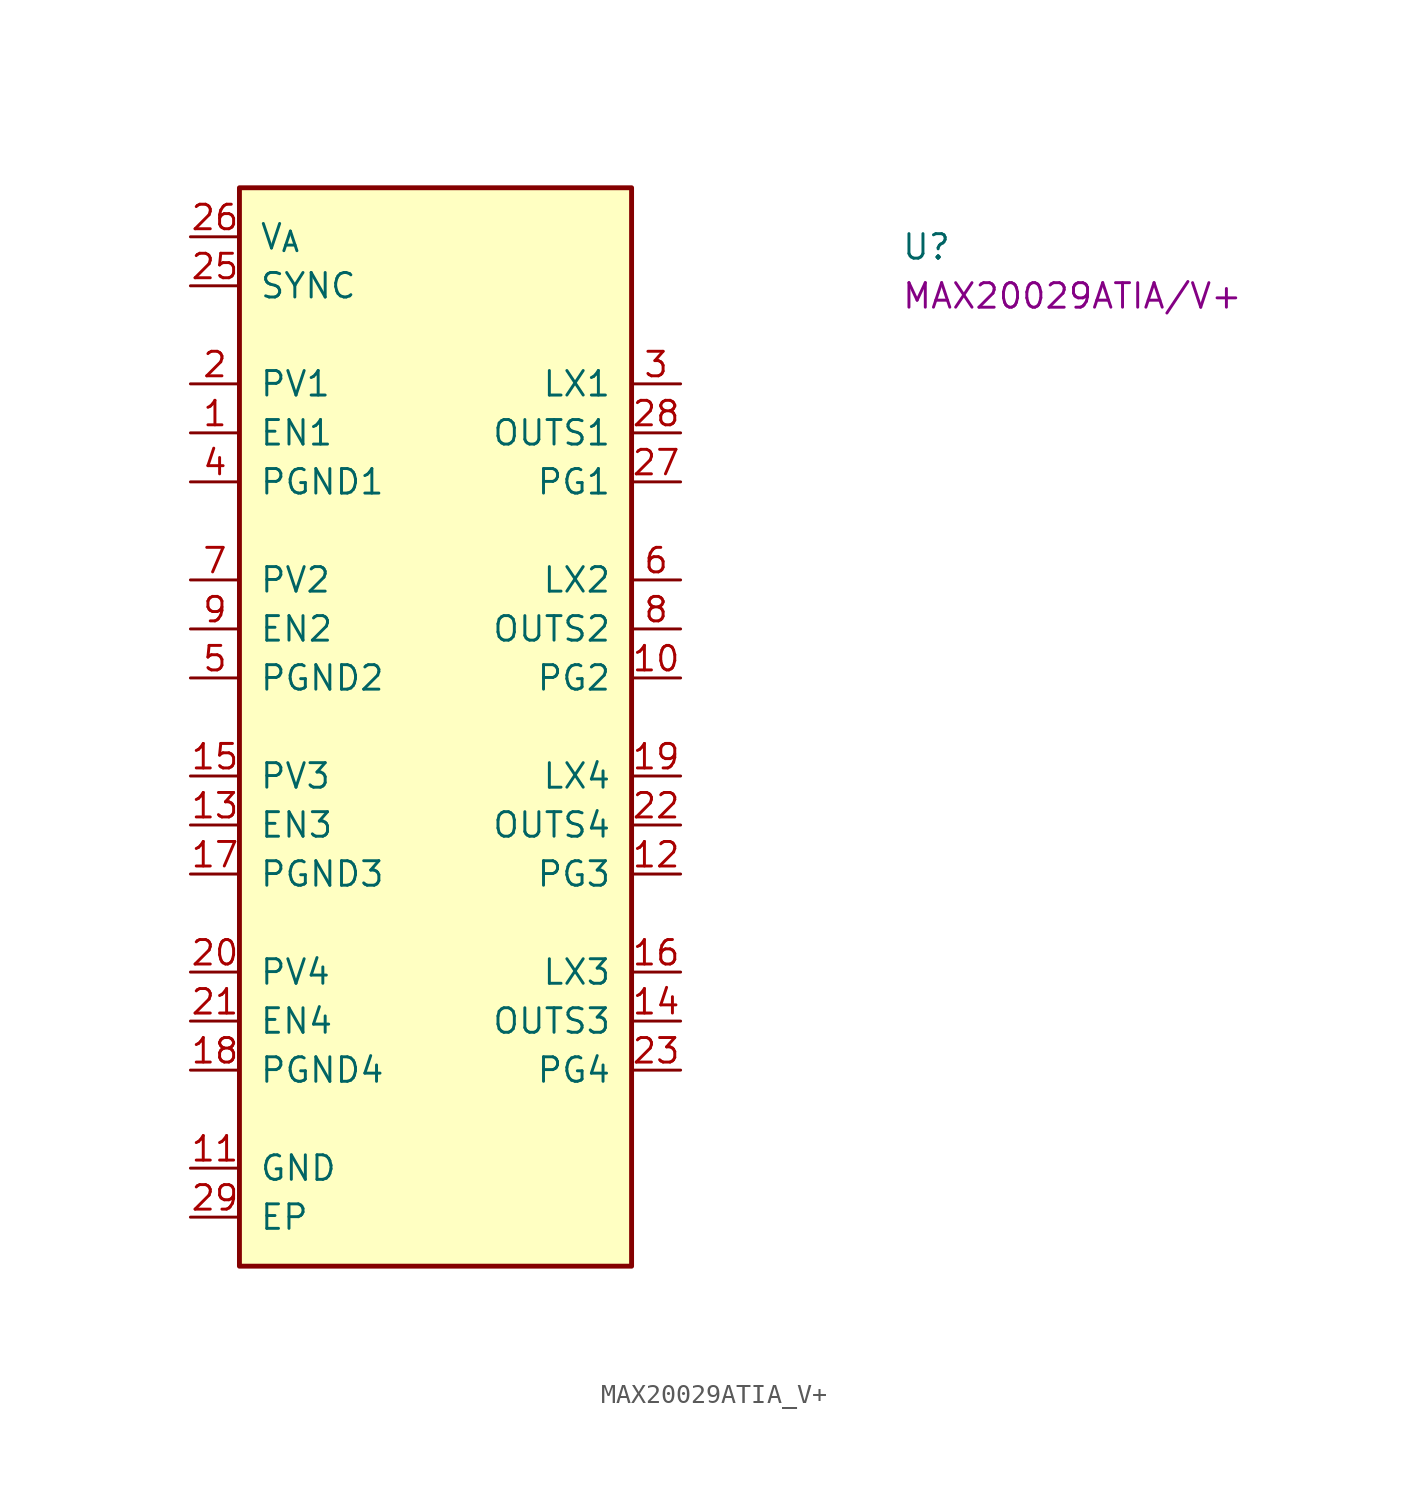
<source format=kicad_sym>
(kicad_symbol_lib
  (version 20220914)
  (generator kicad_symbol_editor)
  (symbol "MAX20029ATIA_V+"
    (pin_names
      (offset 1.016))
    (property "Reference" "U"
      (at 36.83 -1.27 0)
      (effects (font (size 1.27 1.27)) (justify left bottom)))
    (property "MPN" "MAX20029ATIA/V+"
      (at 36.83 -3.81 0)
      (effects (font (size 1.27 1.27)) (justify left bottom)))
    (symbol "MAX20029ATIA_V+_1_1"
      (rectangle (start 2.54 2.54) (end 22.86 -53.34) (stroke (width 0.254) (type default)) (fill (type background)))
      (pin input line (at 0 -10.16 0) (length 2.54) (name "EN1" (effects (font (size 1.27 1.27)))) (number "1" (effects (font (size 1.27 1.27)))))
      (pin output line (at 25.4 -22.86 180) (length 2.54) (name "PG2" (effects (font (size 1.27 1.27)))) (number "10" (effects (font (size 1.27 1.27)))))
      (pin power_in line (at 0 -48.26 0) (length 2.54) (name "GND" (effects (font (size 1.27 1.27)))) (number "11" (effects (font (size 1.27 1.27)))))
      (pin output line (at 25.4 -33.02 180) (length 2.54) (name "PG3" (effects (font (size 1.27 1.27)))) (number "12" (effects (font (size 1.27 1.27)))))
      (pin input line (at 0 -30.48 0) (length 2.54) (name "EN3" (effects (font (size 1.27 1.27)))) (number "13" (effects (font (size 1.27 1.27)))))
      (pin passive line (at 25.4 -40.64 180) (length 2.54) (name "OUTS3" (effects (font (size 1.27 1.27)))) (number "14" (effects (font (size 1.27 1.27)))))
      (pin power_in line (at 0 -27.94 0) (length 2.54) (name "PV3" (effects (font (size 1.27 1.27)))) (number "15" (effects (font (size 1.27 1.27)))))
      (pin power_out line (at 25.4 -38.1 180) (length 2.54) (name "LX3" (effects (font (size 1.27 1.27)))) (number "16" (effects (font (size 1.27 1.27)))))
      (pin power_in line (at 0 -33.02 0) (length 2.54) (name "PGND3" (effects (font (size 1.27 1.27)))) (number "17" (effects (font (size 1.27 1.27)))))
      (pin power_in line (at 0 -43.18 0) (length 2.54) (name "PGND4" (effects (font (size 1.27 1.27)))) (number "18" (effects (font (size 1.27 1.27)))))
      (pin power_out line (at 25.4 -27.94 180) (length 2.54) (name "LX4" (effects (font (size 1.27 1.27)))) (number "19" (effects (font (size 1.27 1.27)))))
      (pin power_in line (at 0 -7.62 0) (length 2.54) (name "PV1" (effects (font (size 1.27 1.27)))) (number "2" (effects (font (size 1.27 1.27)))))
      (pin power_in line (at 0 -38.1 0) (length 2.54) (name "PV4" (effects (font (size 1.27 1.27)))) (number "20" (effects (font (size 1.27 1.27)))))
      (pin input line (at 0 -40.64 0) (length 2.54) (name "EN4" (effects (font (size 1.27 1.27)))) (number "21" (effects (font (size 1.27 1.27)))))
      (pin passive line (at 25.4 -30.48 180) (length 2.54) (name "OUTS4" (effects (font (size 1.27 1.27)))) (number "22" (effects (font (size 1.27 1.27)))))
      (pin output line (at 25.4 -43.18 180) (length 2.54) (name "PG4" (effects (font (size 1.27 1.27)))) (number "23" (effects (font (size 1.27 1.27)))))
      (pin passive line (at 0 -48.26 0) (length 2.54) hide (name "GND" (effects (font (size 1.27 1.27)))) (number "24" (effects (font (size 1.27 1.27)))))
      (pin input line (at 0 -2.54 0) (length 2.54) (name "SYNC" (effects (font (size 1.27 1.27)))) (number "25" (effects (font (size 1.27 1.27)))))
      (pin power_in line (at 0 0 0) (length 2.54) (name "V_{A}" (effects (font (size 1.27 1.27)))) (number "26" (effects (font (size 1.27 1.27)))))
      (pin output line (at 25.4 -12.7 180) (length 2.54) (name "PG1" (effects (font (size 1.27 1.27)))) (number "27" (effects (font (size 1.27 1.27)))))
      (pin passive line (at 25.4 -10.16 180) (length 2.54) (name "OUTS1" (effects (font (size 1.27 1.27)))) (number "28" (effects (font (size 1.27 1.27)))))
      (pin power_in line (at 0 -50.8 0) (length 2.54) (name "EP" (effects (font (size 1.27 1.27)))) (number "29" (effects (font (size 1.27 1.27)))))
      (pin power_out line (at 25.4 -7.62 180) (length 2.54) (name "LX1" (effects (font (size 1.27 1.27)))) (number "3" (effects (font (size 1.27 1.27)))))
      (pin power_in line (at 0 -12.7 0) (length 2.54) (name "PGND1" (effects (font (size 1.27 1.27)))) (number "4" (effects (font (size 1.27 1.27)))))
      (pin power_in line (at 0 -22.86 0) (length 2.54) (name "PGND2" (effects (font (size 1.27 1.27)))) (number "5" (effects (font (size 1.27 1.27)))))
      (pin power_out line (at 25.4 -17.78 180) (length 2.54) (name "LX2" (effects (font (size 1.27 1.27)))) (number "6" (effects (font (size 1.27 1.27)))))
      (pin power_in line (at 0 -17.78 0) (length 2.54) (name "PV2" (effects (font (size 1.27 1.27)))) (number "7" (effects (font (size 1.27 1.27)))))
      (pin passive line (at 25.4 -20.32 180) (length 2.54) (name "OUTS2" (effects (font (size 1.27 1.27)))) (number "8" (effects (font (size 1.27 1.27)))))
      (pin input line (at 0 -20.32 0) (length 2.54) (name "EN2" (effects (font (size 1.27 1.27)))) (number "9" (effects (font (size 1.27 1.27))))))))
</source>
